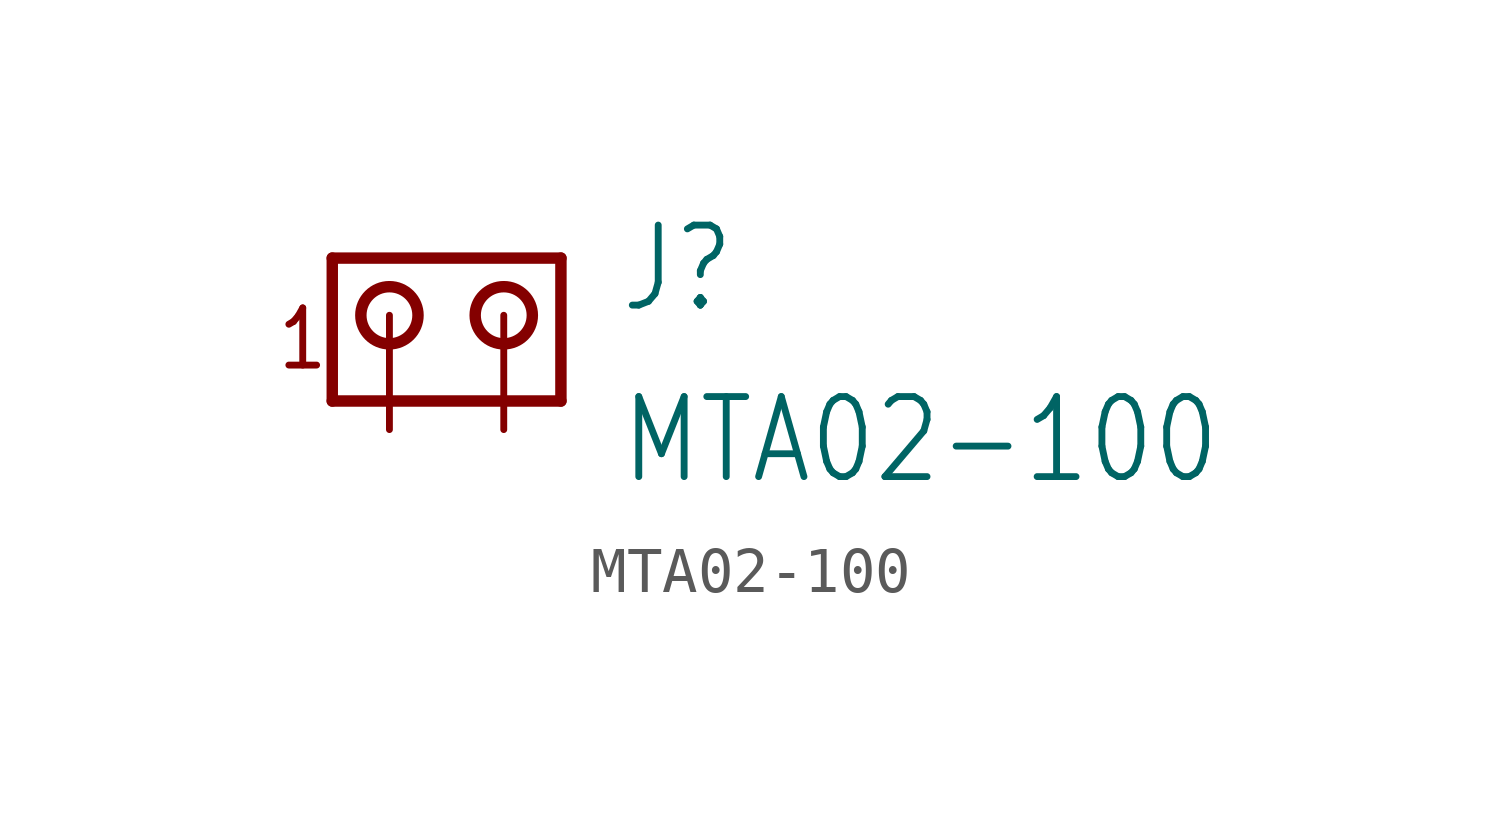
<source format=kicad_sym>
(kicad_symbol_lib
  (version 20211014)
  (generator kicad_symbol_editor)
  (symbol "MTA02-100"
    (property "Reference" "J"
      (at 5.08 0 0)
      (effects (font (size 1.778 1.511)) (justify left bottom)))
    (property "Value" "MTA02-100"
      (at 5.08 -3.81 0)
      (effects (font (size 1.778 1.511)) (justify left bottom)))
    (property "ki_locked" ""
      (at 0 0 0)
      (effects (font (size 1.27 1.27))))
    (symbol "MTA02-100_1_0"
      (polyline (pts (xy -1.27 1.27) (xy -1.27 -1.905)) (stroke (width 0.254) (type default) (color 0 0 0 0)) (fill (type none)))
      (polyline (pts (xy -1.27 1.27) (xy 3.81 1.27)) (stroke (width 0.254) (type default) (color 0 0 0 0)) (fill (type none)))
      (polyline (pts (xy 3.81 -1.905) (xy -1.27 -1.905)) (stroke (width 0.254) (type default) (color 0 0 0 0)) (fill (type none)))
      (polyline (pts (xy 3.81 -1.905) (xy 3.81 1.27)) (stroke (width 0.254) (type default) (color 0 0 0 0)) (fill (type none)))
      (circle (center 0 0) (radius 0.635) (stroke (width 0.254) (type default) (color 0 0 0 0)) (fill (type none)))
      (circle (center 2.54 0) (radius 0.635) (stroke (width 0.254) (type default) (color 0 0 0 0)) (fill (type none)))
      (text "1" (at -2.54 -1.27 0) (effects (font (size 1.27 1.079)) (justify left bottom)))
      (pin passive line (at 0 -2.54 90) (length 2.54) (name "1" (effects (font (size 0 0)))) (number "1" (effects (font (size 0 0)))))
      (pin passive line (at 2.54 -2.54 90) (length 2.54) (name "2" (effects (font (size 0 0)))) (number "2" (effects (font (size 0 0))))))))
</source>
